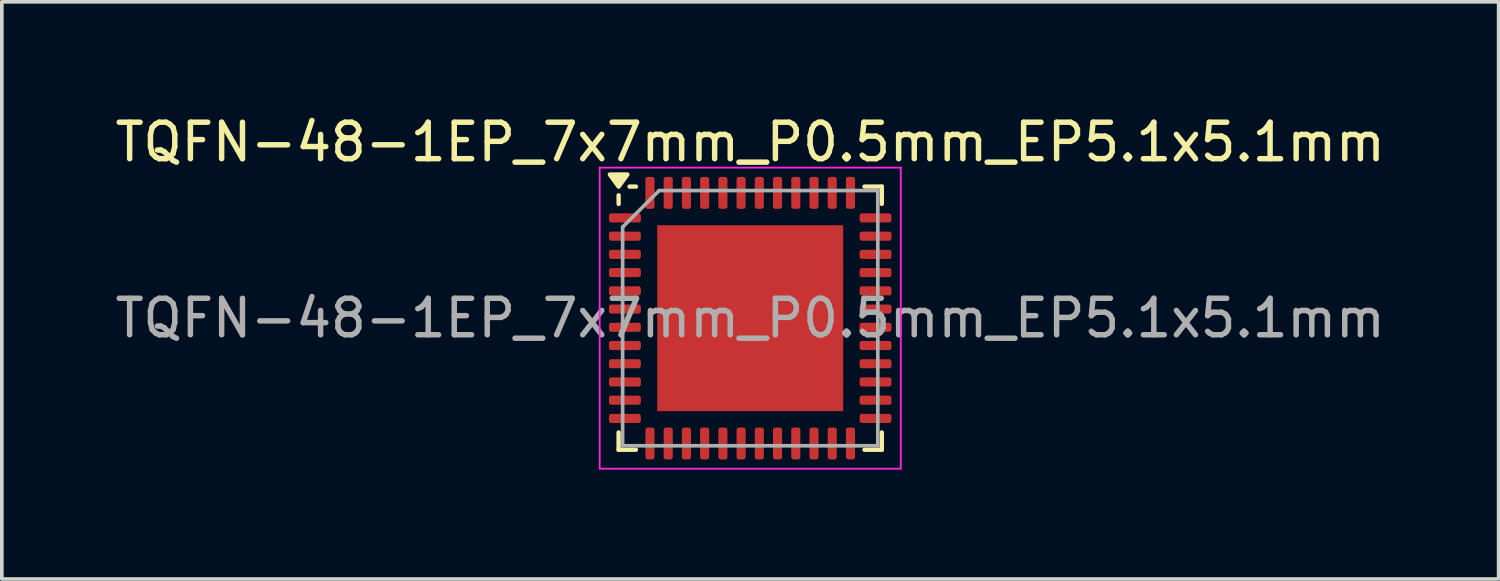
<source format=kicad_pcb>
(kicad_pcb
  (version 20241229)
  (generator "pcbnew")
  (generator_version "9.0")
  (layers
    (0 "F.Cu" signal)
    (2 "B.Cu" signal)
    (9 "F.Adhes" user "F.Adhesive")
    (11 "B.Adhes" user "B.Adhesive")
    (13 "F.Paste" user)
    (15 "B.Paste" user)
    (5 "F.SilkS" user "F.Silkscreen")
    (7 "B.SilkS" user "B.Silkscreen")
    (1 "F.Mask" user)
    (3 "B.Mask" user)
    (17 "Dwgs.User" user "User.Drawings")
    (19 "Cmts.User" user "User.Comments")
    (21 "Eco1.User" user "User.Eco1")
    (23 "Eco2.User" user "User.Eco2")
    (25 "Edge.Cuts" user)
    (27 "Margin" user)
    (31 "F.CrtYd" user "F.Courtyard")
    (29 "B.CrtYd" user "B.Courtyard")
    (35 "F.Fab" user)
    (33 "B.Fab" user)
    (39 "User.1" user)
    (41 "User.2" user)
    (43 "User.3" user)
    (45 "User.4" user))
  (footprint "TQFN-48-1EP_7x7mm_P0.5mm_EP5.1x5.1mm"
    (layer "F.Cu")
    (at 17.53 5.678)
    (property "Reference" "TQFN-48-1EP_7x7mm_P0.5mm_EP5.1x5.1mm" (at 0 -4.83 0) (layer "F.SilkS") (effects (font (size 1 1) (thickness 0.15))))
    (attr smd)
    (fp_line (start -3.61 -3.135) (end -3.61 -3.37) (stroke (width 0.12) (type solid)) (layer "F.SilkS"))
    (fp_line (start -3.61 3.61) (end -3.61 3.135) (stroke (width 0.12) (type solid)) (layer "F.SilkS"))
    (fp_line (start -3.135 -3.61) (end -3.31 -3.61) (stroke (width 0.12) (type solid)) (layer "F.SilkS"))
    (fp_line (start -3.135 3.61) (end -3.61 3.61) (stroke (width 0.12) (type solid)) (layer "F.SilkS"))
    (fp_line (start 3.135 -3.61) (end 3.61 -3.61) (stroke (width 0.12) (type solid)) (layer "F.SilkS"))
    (fp_line (start 3.135 3.61) (end 3.61 3.61) (stroke (width 0.12) (type solid)) (layer "F.SilkS"))
    (fp_line (start 3.61 -3.61) (end 3.61 -3.135) (stroke (width 0.12) (type solid)) (layer "F.SilkS"))
    (fp_line (start 3.61 3.61) (end 3.61 3.135) (stroke (width 0.12) (type solid)) (layer "F.SilkS"))
    (fp_poly (pts (xy -3.61 -3.61) (xy -3.85 -3.94) (xy -3.37 -3.94) (xy -3.61 -3.61)) (stroke (width 0.12) (type solid)) (fill yes) (layer "F.SilkS"))
    (fp_line (start -4.13 -4.13) (end -4.13 4.13) (stroke (width 0.05) (type solid)) (layer "F.CrtYd"))
    (fp_line (start -4.13 4.13) (end 4.13 4.13) (stroke (width 0.05) (type solid)) (layer "F.CrtYd"))
    (fp_line (start 4.13 -4.13) (end -4.13 -4.13) (stroke (width 0.05) (type solid)) (layer "F.CrtYd"))
    (fp_line (start 4.13 4.13) (end 4.13 -4.13) (stroke (width 0.05) (type solid)) (layer "F.CrtYd"))
    (fp_line (start -3.5 -2.5) (end -2.5 -3.5) (stroke (width 0.1) (type solid)) (layer "F.Fab"))
    (fp_line (start -3.5 3.5) (end -3.5 -2.5) (stroke (width 0.1) (type solid)) (layer "F.Fab"))
    (fp_line (start -2.5 -3.5) (end 3.5 -3.5) (stroke (width 0.1) (type solid)) (layer "F.Fab"))
    (fp_line (start 3.5 -3.5) (end 3.5 3.5) (stroke (width 0.1) (type solid)) (layer "F.Fab"))
    (fp_line (start 3.5 3.5) (end -3.5 3.5) (stroke (width 0.1) (type solid)) (layer "F.Fab"))
    (fp_text user "${REFERENCE}" (at 0 0 0) (layer "F.Fab") (effects (font (size 1 1) (thickness 0.15))))
    (pad "" smd roundrect (at -1.7 -1.7) (size 1.37 1.37) (layers "F.Paste") (roundrect_rratio 0.182))
    (pad "" smd roundrect (at -1.7 0) (size 1.37 1.37) (layers "F.Paste") (roundrect_rratio 0.182))
    (pad "" smd roundrect (at -1.7 1.7) (size 1.37 1.37) (layers "F.Paste") (roundrect_rratio 0.182))
    (pad "" smd roundrect (at 0 -1.7) (size 1.37 1.37) (layers "F.Paste") (roundrect_rratio 0.182))
    (pad "" smd roundrect (at 0 0) (size 1.37 1.37) (layers "F.Paste") (roundrect_rratio 0.182))
    (pad "" smd roundrect (at 0 1.7) (size 1.37 1.37) (layers "F.Paste") (roundrect_rratio 0.182))
    (pad "" smd roundrect (at 1.7 -1.7) (size 1.37 1.37) (layers "F.Paste") (roundrect_rratio 0.182))
    (pad "" smd roundrect (at 1.7 0) (size 1.37 1.37) (layers "F.Paste") (roundrect_rratio 0.182))
    (pad "" smd roundrect (at 1.7 1.7) (size 1.37 1.37) (layers "F.Paste") (roundrect_rratio 0.182))
    (pad "1" smd roundrect (at -3.438 -2.75) (size 0.875 0.25) (layers "F.Cu" "F.Mask" "F.Paste") (roundrect_rratio 0.25))
    (pad "2" smd roundrect (at -3.438 -2.25) (size 0.875 0.25) (layers "F.Cu" "F.Mask" "F.Paste") (roundrect_rratio 0.25))
    (pad "3" smd roundrect (at -3.438 -1.75) (size 0.875 0.25) (layers "F.Cu" "F.Mask" "F.Paste") (roundrect_rratio 0.25))
    (pad "4" smd roundrect (at -3.438 -1.25) (size 0.875 0.25) (layers "F.Cu" "F.Mask" "F.Paste") (roundrect_rratio 0.25))
    (pad "5" smd roundrect (at -3.438 -0.75) (size 0.875 0.25) (layers "F.Cu" "F.Mask" "F.Paste") (roundrect_rratio 0.25))
    (pad "6" smd roundrect (at -3.438 -0.25) (size 0.875 0.25) (layers "F.Cu" "F.Mask" "F.Paste") (roundrect_rratio 0.25))
    (pad "7" smd roundrect (at -3.438 0.25) (size 0.875 0.25) (layers "F.Cu" "F.Mask" "F.Paste") (roundrect_rratio 0.25))
    (pad "8" smd roundrect (at -3.438 0.75) (size 0.875 0.25) (layers "F.Cu" "F.Mask" "F.Paste") (roundrect_rratio 0.25))
    (pad "9" smd roundrect (at -3.438 1.25) (size 0.875 0.25) (layers "F.Cu" "F.Mask" "F.Paste") (roundrect_rratio 0.25))
    (pad "10" smd roundrect (at -3.438 1.75) (size 0.875 0.25) (layers "F.Cu" "F.Mask" "F.Paste") (roundrect_rratio 0.25))
    (pad "11" smd roundrect (at -3.438 2.25) (size 0.875 0.25) (layers "F.Cu" "F.Mask" "F.Paste") (roundrect_rratio 0.25))
    (pad "12" smd roundrect (at -3.438 2.75) (size 0.875 0.25) (layers "F.Cu" "F.Mask" "F.Paste") (roundrect_rratio 0.25))
    (pad "13" smd roundrect (at -2.75 3.438) (size 0.25 0.875) (layers "F.Cu" "F.Mask" "F.Paste") (roundrect_rratio 0.25))
    (pad "14" smd roundrect (at -2.25 3.438) (size 0.25 0.875) (layers "F.Cu" "F.Mask" "F.Paste") (roundrect_rratio 0.25))
    (pad "15" smd roundrect (at -1.75 3.438) (size 0.25 0.875) (layers "F.Cu" "F.Mask" "F.Paste") (roundrect_rratio 0.25))
    (pad "16" smd roundrect (at -1.25 3.438) (size 0.25 0.875) (layers "F.Cu" "F.Mask" "F.Paste") (roundrect_rratio 0.25))
    (pad "17" smd roundrect (at -0.75 3.438) (size 0.25 0.875) (layers "F.Cu" "F.Mask" "F.Paste") (roundrect_rratio 0.25))
    (pad "18" smd roundrect (at -0.25 3.438) (size 0.25 0.875) (layers "F.Cu" "F.Mask" "F.Paste") (roundrect_rratio 0.25))
    (pad "19" smd roundrect (at 0.25 3.438) (size 0.25 0.875) (layers "F.Cu" "F.Mask" "F.Paste") (roundrect_rratio 0.25))
    (pad "20" smd roundrect (at 0.75 3.438) (size 0.25 0.875) (layers "F.Cu" "F.Mask" "F.Paste") (roundrect_rratio 0.25))
    (pad "21" smd roundrect (at 1.25 3.438) (size 0.25 0.875) (layers "F.Cu" "F.Mask" "F.Paste") (roundrect_rratio 0.25))
    (pad "22" smd roundrect (at 1.75 3.438) (size 0.25 0.875) (layers "F.Cu" "F.Mask" "F.Paste") (roundrect_rratio 0.25))
    (pad "23" smd roundrect (at 2.25 3.438) (size 0.25 0.875) (layers "F.Cu" "F.Mask" "F.Paste") (roundrect_rratio 0.25))
    (pad "24" smd roundrect (at 2.75 3.438) (size 0.25 0.875) (layers "F.Cu" "F.Mask" "F.Paste") (roundrect_rratio 0.25))
    (pad "25" smd roundrect (at 3.438 2.75) (size 0.875 0.25) (layers "F.Cu" "F.Mask" "F.Paste") (roundrect_rratio 0.25))
    (pad "26" smd roundrect (at 3.438 2.25) (size 0.875 0.25) (layers "F.Cu" "F.Mask" "F.Paste") (roundrect_rratio 0.25))
    (pad "27" smd roundrect (at 3.438 1.75) (size 0.875 0.25) (layers "F.Cu" "F.Mask" "F.Paste") (roundrect_rratio 0.25))
    (pad "28" smd roundrect (at 3.438 1.25) (size 0.875 0.25) (layers "F.Cu" "F.Mask" "F.Paste") (roundrect_rratio 0.25))
    (pad "29" smd roundrect (at 3.438 0.75) (size 0.875 0.25) (layers "F.Cu" "F.Mask" "F.Paste") (roundrect_rratio 0.25))
    (pad "30" smd roundrect (at 3.438 0.25) (size 0.875 0.25) (layers "F.Cu" "F.Mask" "F.Paste") (roundrect_rratio 0.25))
    (pad "31" smd roundrect (at 3.438 -0.25) (size 0.875 0.25) (layers "F.Cu" "F.Mask" "F.Paste") (roundrect_rratio 0.25))
    (pad "32" smd roundrect (at 3.438 -0.75) (size 0.875 0.25) (layers "F.Cu" "F.Mask" "F.Paste") (roundrect_rratio 0.25))
    (pad "33" smd roundrect (at 3.438 -1.25) (size 0.875 0.25) (layers "F.Cu" "F.Mask" "F.Paste") (roundrect_rratio 0.25))
    (pad "34" smd roundrect (at 3.438 -1.75) (size 0.875 0.25) (layers "F.Cu" "F.Mask" "F.Paste") (roundrect_rratio 0.25))
    (pad "35" smd roundrect (at 3.438 -2.25) (size 0.875 0.25) (layers "F.Cu" "F.Mask" "F.Paste") (roundrect_rratio 0.25))
    (pad "36" smd roundrect (at 3.438 -2.75) (size 0.875 0.25) (layers "F.Cu" "F.Mask" "F.Paste") (roundrect_rratio 0.25))
    (pad "37" smd roundrect (at 2.75 -3.438) (size 0.25 0.875) (layers "F.Cu" "F.Mask" "F.Paste") (roundrect_rratio 0.25))
    (pad "38" smd roundrect (at 2.25 -3.438) (size 0.25 0.875) (layers "F.Cu" "F.Mask" "F.Paste") (roundrect_rratio 0.25))
    (pad "39" smd roundrect (at 1.75 -3.438) (size 0.25 0.875) (layers "F.Cu" "F.Mask" "F.Paste") (roundrect_rratio 0.25))
    (pad "40" smd roundrect (at 1.25 -3.438) (size 0.25 0.875) (layers "F.Cu" "F.Mask" "F.Paste") (roundrect_rratio 0.25))
    (pad "41" smd roundrect (at 0.75 -3.438) (size 0.25 0.875) (layers "F.Cu" "F.Mask" "F.Paste") (roundrect_rratio 0.25))
    (pad "42" smd roundrect (at 0.25 -3.438) (size 0.25 0.875) (layers "F.Cu" "F.Mask" "F.Paste") (roundrect_rratio 0.25))
    (pad "43" smd roundrect (at -0.25 -3.438) (size 0.25 0.875) (layers "F.Cu" "F.Mask" "F.Paste") (roundrect_rratio 0.25))
    (pad "44" smd roundrect (at -0.75 -3.438) (size 0.25 0.875) (layers "F.Cu" "F.Mask" "F.Paste") (roundrect_rratio 0.25))
    (pad "45" smd roundrect (at -1.25 -3.438) (size 0.25 0.875) (layers "F.Cu" "F.Mask" "F.Paste") (roundrect_rratio 0.25))
    (pad "46" smd roundrect (at -1.75 -3.438) (size 0.25 0.875) (layers "F.Cu" "F.Mask" "F.Paste") (roundrect_rratio 0.25))
    (pad "47" smd roundrect (at -2.25 -3.438) (size 0.25 0.875) (layers "F.Cu" "F.Mask" "F.Paste") (roundrect_rratio 0.25))
    (pad "48" smd roundrect (at -2.75 -3.438) (size 0.25 0.875) (layers "F.Cu" "F.Mask" "F.Paste") (roundrect_rratio 0.25))
    (pad "49" smd rect (at 0 0) (size 5.1 5.1) (property pad_prop_heatsink) (layers "F.Cu" "F.Mask")))
  (gr_rect
    (start -3 -3)
    (end 38.06 12.833)
    (stroke (width 0.1) (type default))
    (fill no)
    (layer "Edge.Cuts")))
</source>
